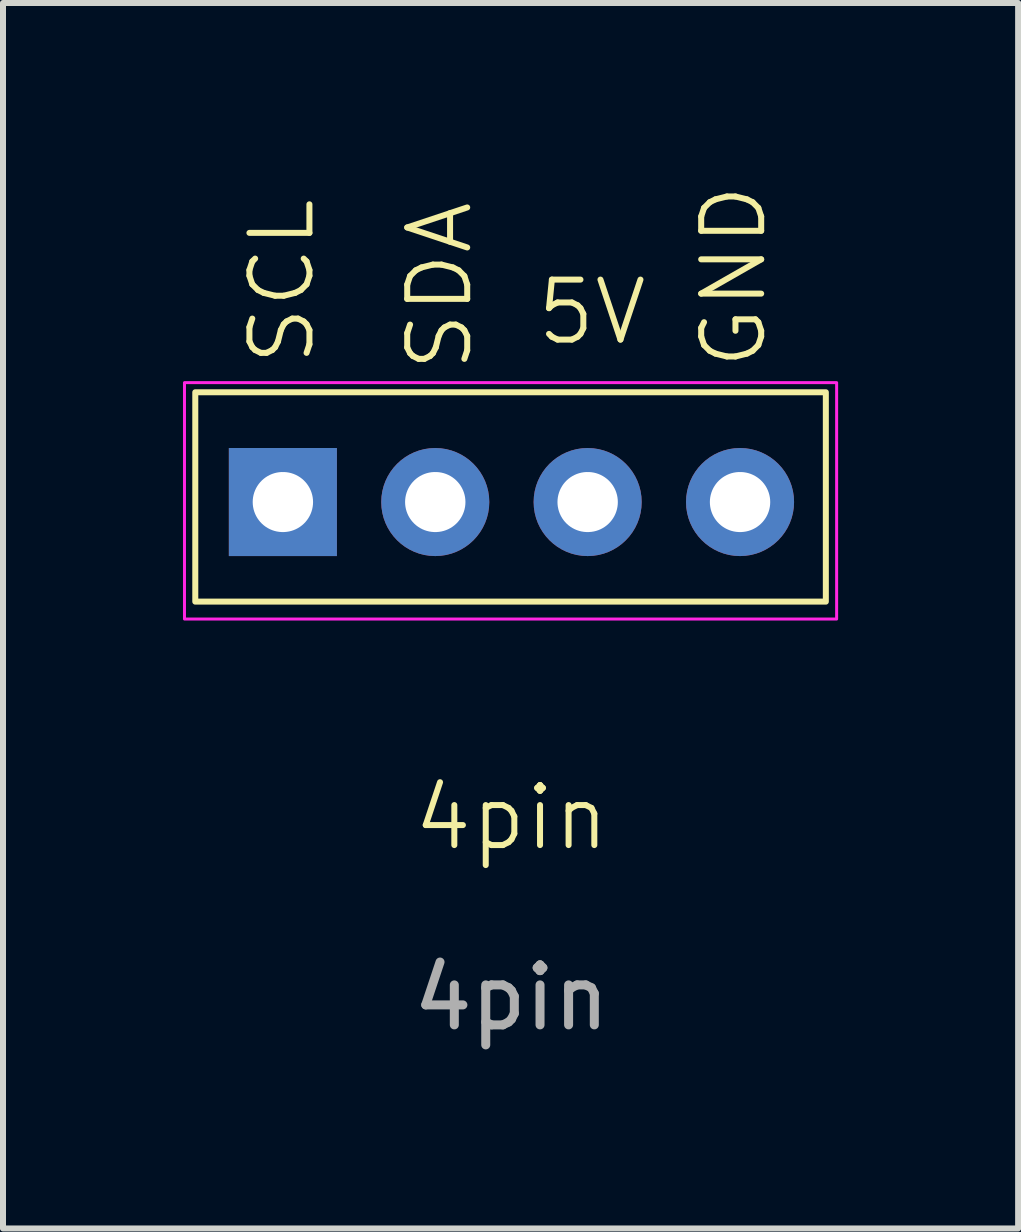
<source format=kicad_pcb>
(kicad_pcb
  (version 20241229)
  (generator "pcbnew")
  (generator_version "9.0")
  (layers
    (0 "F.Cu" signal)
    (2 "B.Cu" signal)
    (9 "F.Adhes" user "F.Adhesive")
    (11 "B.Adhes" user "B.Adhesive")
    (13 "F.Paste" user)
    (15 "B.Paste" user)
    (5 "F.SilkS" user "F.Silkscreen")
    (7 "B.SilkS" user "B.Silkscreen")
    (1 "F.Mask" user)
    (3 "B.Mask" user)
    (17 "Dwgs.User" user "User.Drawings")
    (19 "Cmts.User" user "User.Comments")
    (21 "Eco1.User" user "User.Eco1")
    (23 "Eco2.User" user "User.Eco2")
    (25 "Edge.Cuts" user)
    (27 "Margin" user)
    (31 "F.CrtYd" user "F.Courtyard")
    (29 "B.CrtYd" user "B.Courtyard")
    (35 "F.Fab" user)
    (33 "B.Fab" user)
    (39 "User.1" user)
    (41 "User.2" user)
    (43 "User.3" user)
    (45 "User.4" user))
  (footprint "4pin"
    (layer "F.Cu")
    (at 5.475 11.078)
    (property "Reference" "4pin" (at 0 -0.5 0) (unlocked yes) (layer "F.SilkS") (effects (font (size 1 1) (thickness 0.1))))
    (attr through_hole)
    (fp_rect (start -5.27 -7.59) (end 5.24 -4.1) (stroke (width 0.1) (type default)) (fill no) (layer "F.SilkS"))
    (fp_rect (start -5.45 -7.75) (end 5.42 -3.81) (stroke (width 0.05) (type default)) (fill no) (layer "F.CrtYd"))
    (fp_text user "SCL" (at -3.24 -7.99 90) (unlocked yes) (layer "F.SilkS") (effects (font (size 1 1) (thickness 0.1)) (justify left bottom)))
    (fp_text user "SDA" (at -0.61 -7.89 90) (unlocked yes) (layer "F.SilkS") (effects (font (size 1 1) (thickness 0.1)) (justify left bottom)))
    (fp_text user "GND" (at 4.29 -7.93 90) (unlocked yes) (layer "F.SilkS") (effects (font (size 1 1) (thickness 0.1)) (justify left bottom)))
    (fp_text user "5V" (at 0.37 -8.34 0) (unlocked yes) (layer "F.SilkS") (effects (font (size 1 1) (thickness 0.1)) (justify left bottom)))
    (fp_text user "${REFERENCE}" (at 0 2.5 0) (unlocked yes) (layer "F.Fab") (effects (font (size 1 1) (thickness 0.15))))
    (pad "1" thru_hole rect (at -3.81 -5.76) (size 1.801 1.801) (drill oval 1.006 1.001) (layers "*.Cu" "*.Mask"))
    (pad "2" thru_hole oval (at -1.27 -5.76) (size 1.801 1.801) (drill oval 1.006 1.001) (layers "*.Cu" "*.Mask"))
    (pad "3" thru_hole oval (at 1.27 -5.76) (size 1.801 1.801) (drill oval 1.006 1.001) (layers "*.Cu" "*.Mask"))
    (pad "4" thru_hole oval (at 3.81 -5.76) (size 1.801 1.801) (drill oval 1.006 1.001) (layers "*.Cu" "*.Mask")))
  (gr_rect
    (start -3 -3)
    (end 13.92 17.426)
    (stroke (width 0.1) (type default))
    (fill no)
    (layer "Edge.Cuts")))
</source>
